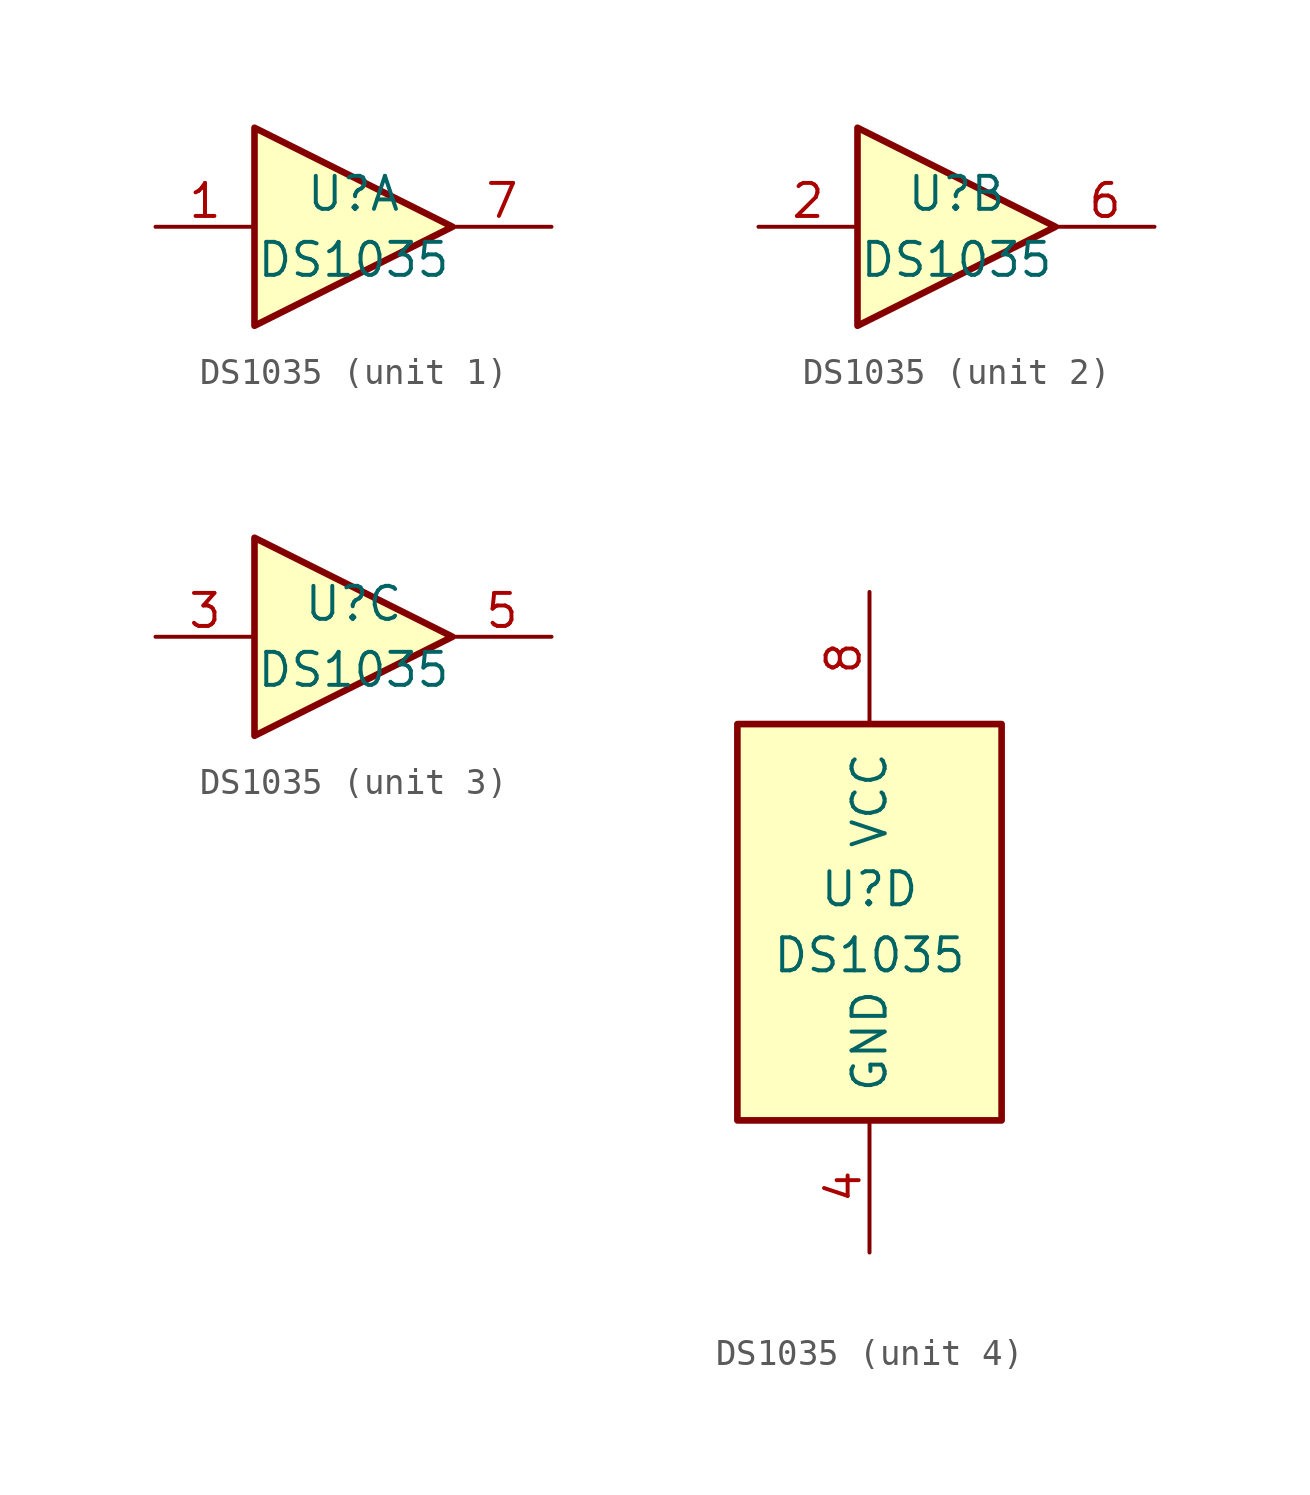
<source format=kicad_sym>
(kicad_symbol_lib
  (version 20211014)
  (generator kicad_symbol_editor)
  (symbol "DS1035"
    (pin_names
      (offset 1.016))
    (property "Reference" "U"
      (at 0 1.27 0)
      (effects (font (size 1.27 1.27))))
    (property "Value" "DS1035"
      (at 0 -1.27 0)
      (effects (font (size 1.27 1.27))))
    (property "ki_locked" ""
      (at 0 0 0)
      (effects (font (size 1.27 1.27))))
    (symbol "DS1035_1_0"
      (polyline (pts (xy -3.81 3.81) (xy -3.81 -3.81) (xy 3.81 0) (xy -3.81 3.81)) (stroke (width 0.254) (type default) (color 0 0 0 0)) (fill (type background)))
      (pin input line (at -7.62 0 0) (length 3.81) (name "~" (effects (font (size 1.27 1.27)))) (number "1" (effects (font (size 1.27 1.27)))))
      (pin output line (at 7.62 0 180) (length 3.81) (name "~" (effects (font (size 1.27 1.27)))) (number "7" (effects (font (size 1.27 1.27))))))
    (symbol "DS1035_2_0"
      (polyline (pts (xy -3.81 3.81) (xy -3.81 -3.81) (xy 3.81 0) (xy -3.81 3.81)) (stroke (width 0.254) (type default) (color 0 0 0 0)) (fill (type background)))
      (pin input line (at -7.62 0 0) (length 3.81) (name "~" (effects (font (size 1.27 1.27)))) (number "2" (effects (font (size 1.27 1.27)))))
      (pin open_collector line (at 7.62 0 180) (length 3.81) (name "~" (effects (font (size 1.27 1.27)))) (number "6" (effects (font (size 1.27 1.27))))))
    (symbol "DS1035_3_0"
      (polyline (pts (xy -3.81 3.81) (xy -3.81 -3.81) (xy 3.81 0) (xy -3.81 3.81)) (stroke (width 0.254) (type default) (color 0 0 0 0)) (fill (type background)))
      (pin input line (at -7.62 0 0) (length 3.81) (name "~" (effects (font (size 1.27 1.27)))) (number "3" (effects (font (size 1.27 1.27)))))
      (pin output line (at 7.62 0 180) (length 3.81) (name "~" (effects (font (size 1.27 1.27)))) (number "5" (effects (font (size 1.27 1.27))))))
    (symbol "DS1035_4_1"
      (rectangle (start -5.08 7.62) (end 5.08 -7.62) (stroke (width 0.254) (type default) (color 0 0 0 0)) (fill (type background)))
      (pin power_in line (at 0 -12.7 90) (length 5.08) (name "GND" (effects (font (size 1.27 1.27)))) (number "4" (effects (font (size 1.27 1.27)))))
      (pin power_in line (at 0 12.7 270) (length 5.08) (name "VCC" (effects (font (size 1.27 1.27)))) (number "8" (effects (font (size 1.27 1.27))))))))
</source>
